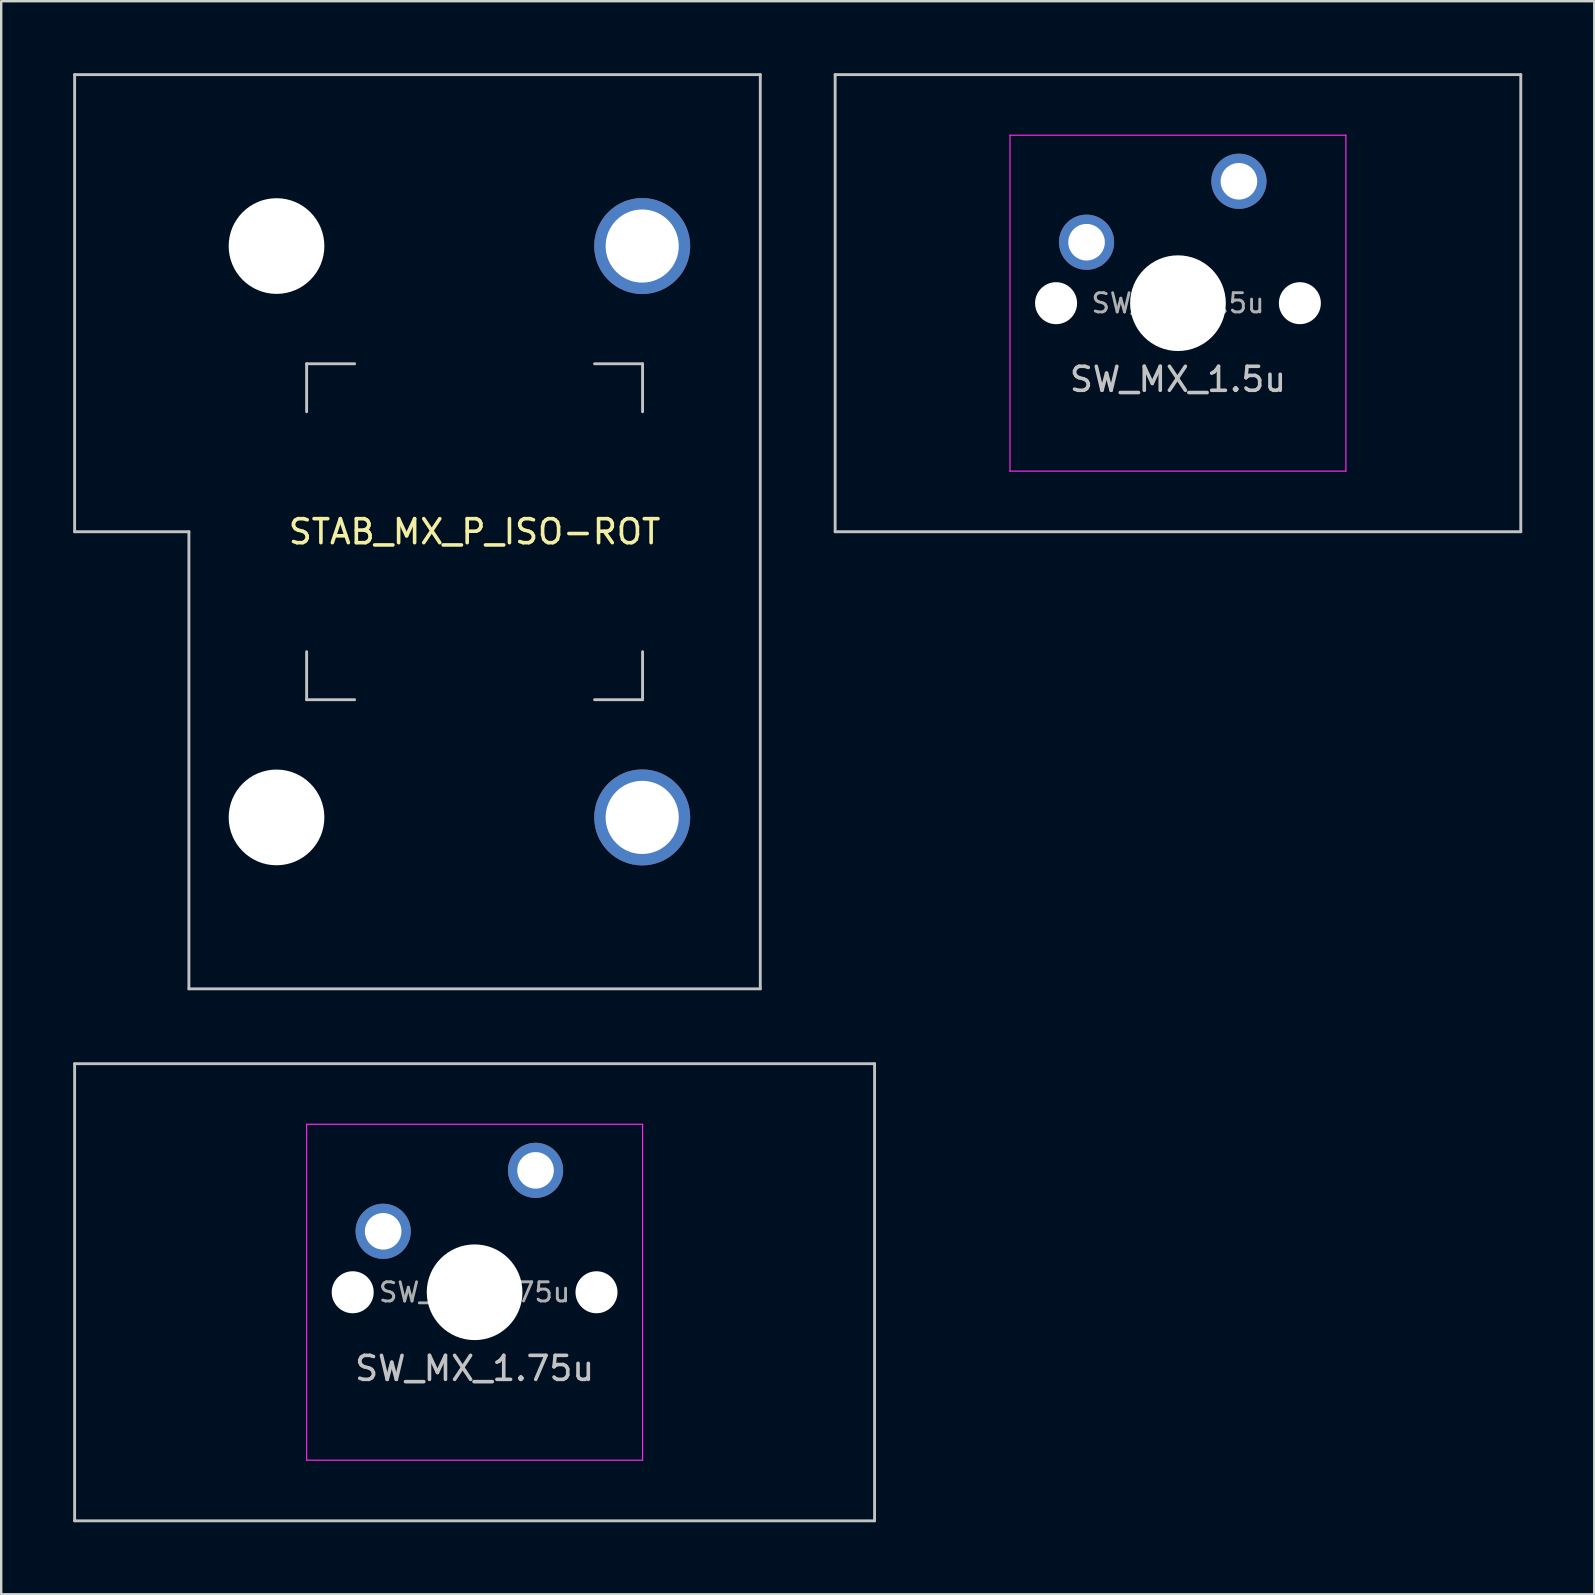
<source format=kicad_pcb>
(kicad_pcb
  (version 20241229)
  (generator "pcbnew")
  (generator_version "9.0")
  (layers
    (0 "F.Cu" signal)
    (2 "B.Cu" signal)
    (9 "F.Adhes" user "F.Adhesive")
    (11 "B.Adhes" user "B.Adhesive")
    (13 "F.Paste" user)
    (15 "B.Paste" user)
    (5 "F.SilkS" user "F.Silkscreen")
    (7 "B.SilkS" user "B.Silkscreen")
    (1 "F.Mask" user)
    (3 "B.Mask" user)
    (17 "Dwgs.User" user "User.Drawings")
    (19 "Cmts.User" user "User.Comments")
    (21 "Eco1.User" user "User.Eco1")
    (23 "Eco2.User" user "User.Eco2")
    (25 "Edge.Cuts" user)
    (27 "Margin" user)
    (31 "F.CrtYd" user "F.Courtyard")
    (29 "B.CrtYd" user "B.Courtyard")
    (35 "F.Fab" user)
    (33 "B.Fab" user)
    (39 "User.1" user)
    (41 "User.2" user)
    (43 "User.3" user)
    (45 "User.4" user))
  (footprint "STAB_MX_P_ISO-ROT"
    (layer "F.Cu")
    (at 16.729 19.11)
    (property "Reference" "STAB_MX_P_ISO-ROT" (at 0 0 0) (layer "F.SilkS") (effects (font (size 1 1) (thickness 0.15))))
    (attr through_hole exclude_from_pos_files exclude_from_bom)
    (fp_line (start -16.669 -19.05) (end -16.669 0) (stroke (width 0.12) (type solid)) (layer "Dwgs.User"))
    (fp_line (start -16.669 0) (end -11.906 0) (stroke (width 0.12) (type solid)) (layer "Dwgs.User"))
    (fp_line (start -11.906 0) (end -11.906 19.05) (stroke (width 0.12) (type solid)) (layer "Dwgs.User"))
    (fp_line (start -11.906 19.05) (end 11.906 19.05) (stroke (width 0.12) (type solid)) (layer "Dwgs.User"))
    (fp_line (start -7 -7) (end -5 -7) (stroke (width 0.12) (type solid)) (layer "Dwgs.User"))
    (fp_line (start -7 -5) (end -7 -7) (stroke (width 0.12) (type solid)) (layer "Dwgs.User"))
    (fp_line (start -7 7) (end -7 5) (stroke (width 0.12) (type solid)) (layer "Dwgs.User"))
    (fp_line (start -5 7) (end -7 7) (stroke (width 0.12) (type solid)) (layer "Dwgs.User"))
    (fp_line (start 7 -7) (end 5 -7) (stroke (width 0.12) (type solid)) (layer "Dwgs.User"))
    (fp_line (start 7 -5) (end 7 -7) (stroke (width 0.12) (type solid)) (layer "Dwgs.User"))
    (fp_line (start 7 5) (end 7 7) (stroke (width 0.12) (type solid)) (layer "Dwgs.User"))
    (fp_line (start 7 7) (end 5 7) (stroke (width 0.12) (type solid)) (layer "Dwgs.User"))
    (fp_line (start 11.906 -19.05) (end -16.669 -19.05) (stroke (width 0.12) (type solid)) (layer "Dwgs.User"))
    (fp_line (start 11.906 19.05) (end 11.906 -19.05) (stroke (width 0.12) (type solid)) (layer "Dwgs.User"))
    (fp_line (start -8 -14.781) (end -8 -9.031) (stroke (width 0.05) (type solid)) (layer "Eco2.User"))
    (fp_line (start -8 9.031) (end -8 14.781) (stroke (width 0.05) (type solid)) (layer "Eco2.User"))
    (fp_line (start 5.5 -15.281) (end -7.5 -15.281) (stroke (width 0.05) (type solid)) (layer "Eco2.User"))
    (fp_line (start 5.5 -8.531) (end -7.5 -8.531) (stroke (width 0.05) (type solid)) (layer "Eco2.User"))
    (fp_line (start 5.5 8.531) (end -7.5 8.531) (stroke (width 0.05) (type solid)) (layer "Eco2.User"))
    (fp_line (start 5.5 15.28) (end -7.5 15.281) (stroke (width 0.05) (type solid)) (layer "Eco2.User"))
    (fp_line (start 6 -14.781) (end 6 -9.031) (stroke (width 0.05) (type solid)) (layer "Eco2.User"))
    (fp_line (start 6 9.031) (end 6 14.78) (stroke (width 0.05) (type solid)) (layer "Eco2.User"))
    (fp_arc (start -8.000001 -14.78125) (mid -7.853554 -15.134803) (end -7.500001 -15.28125) (stroke (width 0.05) (type solid)) (layer "Eco2.User"))
    (fp_arc (start -8.000001 9.03125) (mid -7.853554 8.677697) (end -7.500001 8.53125) (stroke (width 0.05) (type solid)) (layer "Eco2.User"))
    (fp_arc (start -7.500001 -8.53125) (mid -7.853554 -8.677697) (end -8.000001 -9.03125) (stroke (width 0.05) (type solid)) (layer "Eco2.User"))
    (fp_arc (start -7.500001 15.28125) (mid -7.853554 15.134803) (end -8.000001 14.78125) (stroke (width 0.05) (type solid)) (layer "Eco2.User"))
    (fp_arc (start 5.499999 -15.28125) (mid 5.853552 -15.134803) (end 5.999999 -14.78125) (stroke (width 0.05) (type solid)) (layer "Eco2.User"))
    (fp_arc (start 5.499999 8.53125) (mid 5.853552 8.677697) (end 5.999999 9.03125) (stroke (width 0.05) (type solid)) (layer "Eco2.User"))
    (fp_arc (start 5.999999 -9.03125) (mid 5.853552 -8.677697) (end 5.499999 -8.53125) (stroke (width 0.05) (type solid)) (layer "Eco2.User"))
    (fp_arc (start 5.999999 14.780039) (mid 5.853552 15.133592) (end 5.499999 15.280039) (stroke (width 0.05) (type solid)) (layer "Eco2.User"))
    (pad "" np_thru_hole circle (at -8.255 -11.906 270) (size 3.988 3.988) (drill 3.988) (layers "*.Cu" "*.Mask"))
    (pad "" np_thru_hole circle (at -8.255 11.906 270) (size 3.988 3.988) (drill 3.988) (layers "*.Cu" "*.Mask"))
    (pad "" thru_hole circle (at 6.985 -11.906) (size 4 4) (drill 3.048) (layers "*.Cu" "B.Mask"))
    (pad "" thru_hole circle (at 6.985 11.906) (size 4 4) (drill 3.048) (layers "*.Cu" "B.Mask")))
  (footprint "SW_MX_1.5u"
    (layer "F.Cu")
    (at 46.042 9.585)
    (property "Reference" "SW_MX_1.5u" (at 0 3.175 0) (layer "Dwgs.User") (effects (font (size 1 1) (thickness 0.15))))
    (attr through_hole exclude_from_pos_files exclude_from_bom)
    (fp_line (start -14.287 -9.525) (end -14.287 9.525) (stroke (width 0.12) (type solid)) (layer "Dwgs.User"))
    (fp_line (start -14.287 9.525) (end 14.287 9.525) (stroke (width 0.12) (type solid)) (layer "Dwgs.User"))
    (fp_line (start 14.287 -9.525) (end -14.287 -9.525) (stroke (width 0.12) (type solid)) (layer "Dwgs.User"))
    (fp_line (start 14.287 9.525) (end 14.287 -9.525) (stroke (width 0.12) (type solid)) (layer "Dwgs.User"))
    (fp_line (start -7 6.5) (end -7 -6.5) (stroke (width 0.05) (type solid)) (layer "Eco2.User"))
    (fp_line (start -6.5 -7) (end 6.5 -7) (stroke (width 0.05) (type solid)) (layer "Eco2.User"))
    (fp_line (start 6.5 7) (end -6.5 7) (stroke (width 0.05) (type solid)) (layer "Eco2.User"))
    (fp_line (start 7 -6.5) (end 7 6.5) (stroke (width 0.05) (type solid)) (layer "Eco2.User"))
    (fp_arc (start -7 -6.5) (mid -6.853553 -6.853553) (end -6.5 -7) (stroke (width 0.05) (type solid)) (layer "Eco2.User"))
    (fp_arc (start -6.5 7) (mid -6.853553 6.853553) (end -7 6.5) (stroke (width 0.05) (type solid)) (layer "Eco2.User"))
    (fp_arc (start 6.5 -7) (mid 6.853553 -6.853553) (end 7 -6.5) (stroke (width 0.05) (type solid)) (layer "Eco2.User"))
    (fp_arc (start 6.997236 6.498884) (mid 6.850789 6.852437) (end 6.497236 6.998884) (stroke (width 0.05) (type solid)) (layer "Eco2.User"))
    (fp_line (start -7 -7) (end -7 7) (stroke (width 0.05) (type solid)) (layer "F.CrtYd"))
    (fp_line (start -7 7) (end 7 7) (stroke (width 0.05) (type solid)) (layer "F.CrtYd"))
    (fp_line (start 7 -7) (end -7 -7) (stroke (width 0.05) (type solid)) (layer "F.CrtYd"))
    (fp_line (start 7 7) (end 7 -7) (stroke (width 0.05) (type solid)) (layer "F.CrtYd"))
    (fp_text user "${REFERENCE}" (at 0 0 0) (layer "F.Fab") (effects (font (size 0.8 0.8) (thickness 0.12))))
    (pad "" np_thru_hole circle (at -5.08 0) (size 1.75 1.75) (drill 1.75) (layers "*.Cu" "*.Mask"))
    (pad "" np_thru_hole circle (at 0 0) (size 3.988 3.988) (drill 3.988) (layers "*.Cu" "*.Mask"))
    (pad "" np_thru_hole circle (at 5.08 0) (size 1.75 1.75) (drill 1.75) (layers "*.Cu" "*.Mask"))
    (pad "1" thru_hole circle (at -3.81 -2.54) (size 2.3 2.3) (drill 1.524) (layers "*.Cu" "B.Mask"))
    (pad "2" thru_hole circle (at 2.54 -5.08) (size 2.3 2.3) (drill 1.524) (layers "*.Cu" "B.Mask")))
  (footprint "SW_MX_1.75u"
    (layer "F.Cu")
    (at 16.729 50.805)
    (property "Reference" "SW_MX_1.75u" (at 0 3.175 0) (layer "Dwgs.User") (effects (font (size 1 1) (thickness 0.15))))
    (attr through_hole exclude_from_pos_files exclude_from_bom)
    (fp_line (start -16.669 -9.525) (end -16.669 9.525) (stroke (width 0.12) (type solid)) (layer "Dwgs.User"))
    (fp_line (start -16.669 9.525) (end 16.669 9.525) (stroke (width 0.12) (type solid)) (layer "Dwgs.User"))
    (fp_line (start 16.669 -9.525) (end -16.669 -9.525) (stroke (width 0.12) (type solid)) (layer "Dwgs.User"))
    (fp_line (start 16.669 9.525) (end 16.669 -9.525) (stroke (width 0.12) (type solid)) (layer "Dwgs.User"))
    (fp_line (start -7 6.5) (end -7 -6.5) (stroke (width 0.05) (type solid)) (layer "Eco2.User"))
    (fp_line (start -6.5 -7) (end 6.5 -7) (stroke (width 0.05) (type solid)) (layer "Eco2.User"))
    (fp_line (start 6.5 7) (end -6.5 7) (stroke (width 0.05) (type solid)) (layer "Eco2.User"))
    (fp_line (start 7 -6.5) (end 7 6.5) (stroke (width 0.05) (type solid)) (layer "Eco2.User"))
    (fp_arc (start -7 -6.5) (mid -6.853553 -6.853553) (end -6.5 -7) (stroke (width 0.05) (type solid)) (layer "Eco2.User"))
    (fp_arc (start -6.5 7) (mid -6.853553 6.853553) (end -7 6.5) (stroke (width 0.05) (type solid)) (layer "Eco2.User"))
    (fp_arc (start 6.5 -7) (mid 6.853553 -6.853553) (end 7 -6.5) (stroke (width 0.05) (type solid)) (layer "Eco2.User"))
    (fp_arc (start 6.997236 6.498884) (mid 6.850789 6.852437) (end 6.497236 6.998884) (stroke (width 0.05) (type solid)) (layer "Eco2.User"))
    (fp_line (start -7 -7) (end -7 7) (stroke (width 0.05) (type solid)) (layer "F.CrtYd"))
    (fp_line (start -7 7) (end 7 7) (stroke (width 0.05) (type solid)) (layer "F.CrtYd"))
    (fp_line (start 7 -7) (end -7 -7) (stroke (width 0.05) (type solid)) (layer "F.CrtYd"))
    (fp_line (start 7 7) (end 7 -7) (stroke (width 0.05) (type solid)) (layer "F.CrtYd"))
    (fp_text user "${REFERENCE}" (at 0 0 0) (layer "F.Fab") (effects (font (size 0.8 0.8) (thickness 0.12))))
    (pad "" np_thru_hole circle (at -5.08 0) (size 1.75 1.75) (drill 1.75) (layers "*.Cu" "*.Mask"))
    (pad "" np_thru_hole circle (at 0 0) (size 3.988 3.988) (drill 3.988) (layers "*.Cu" "*.Mask"))
    (pad "" np_thru_hole circle (at 5.08 0) (size 1.75 1.75) (drill 1.75) (layers "*.Cu" "*.Mask"))
    (pad "1" thru_hole circle (at -3.81 -2.54) (size 2.3 2.3) (drill 1.524) (layers "*.Cu" "B.Mask"))
    (pad "2" thru_hole circle (at 2.54 -5.08) (size 2.3 2.3) (drill 1.524) (layers "*.Cu" "B.Mask")))
  (gr_rect
    (start -3 -3)
    (end 63.39 63.39)
    (stroke (width 0.1) (type default))
    (fill no)
    (layer "Edge.Cuts")))
</source>
